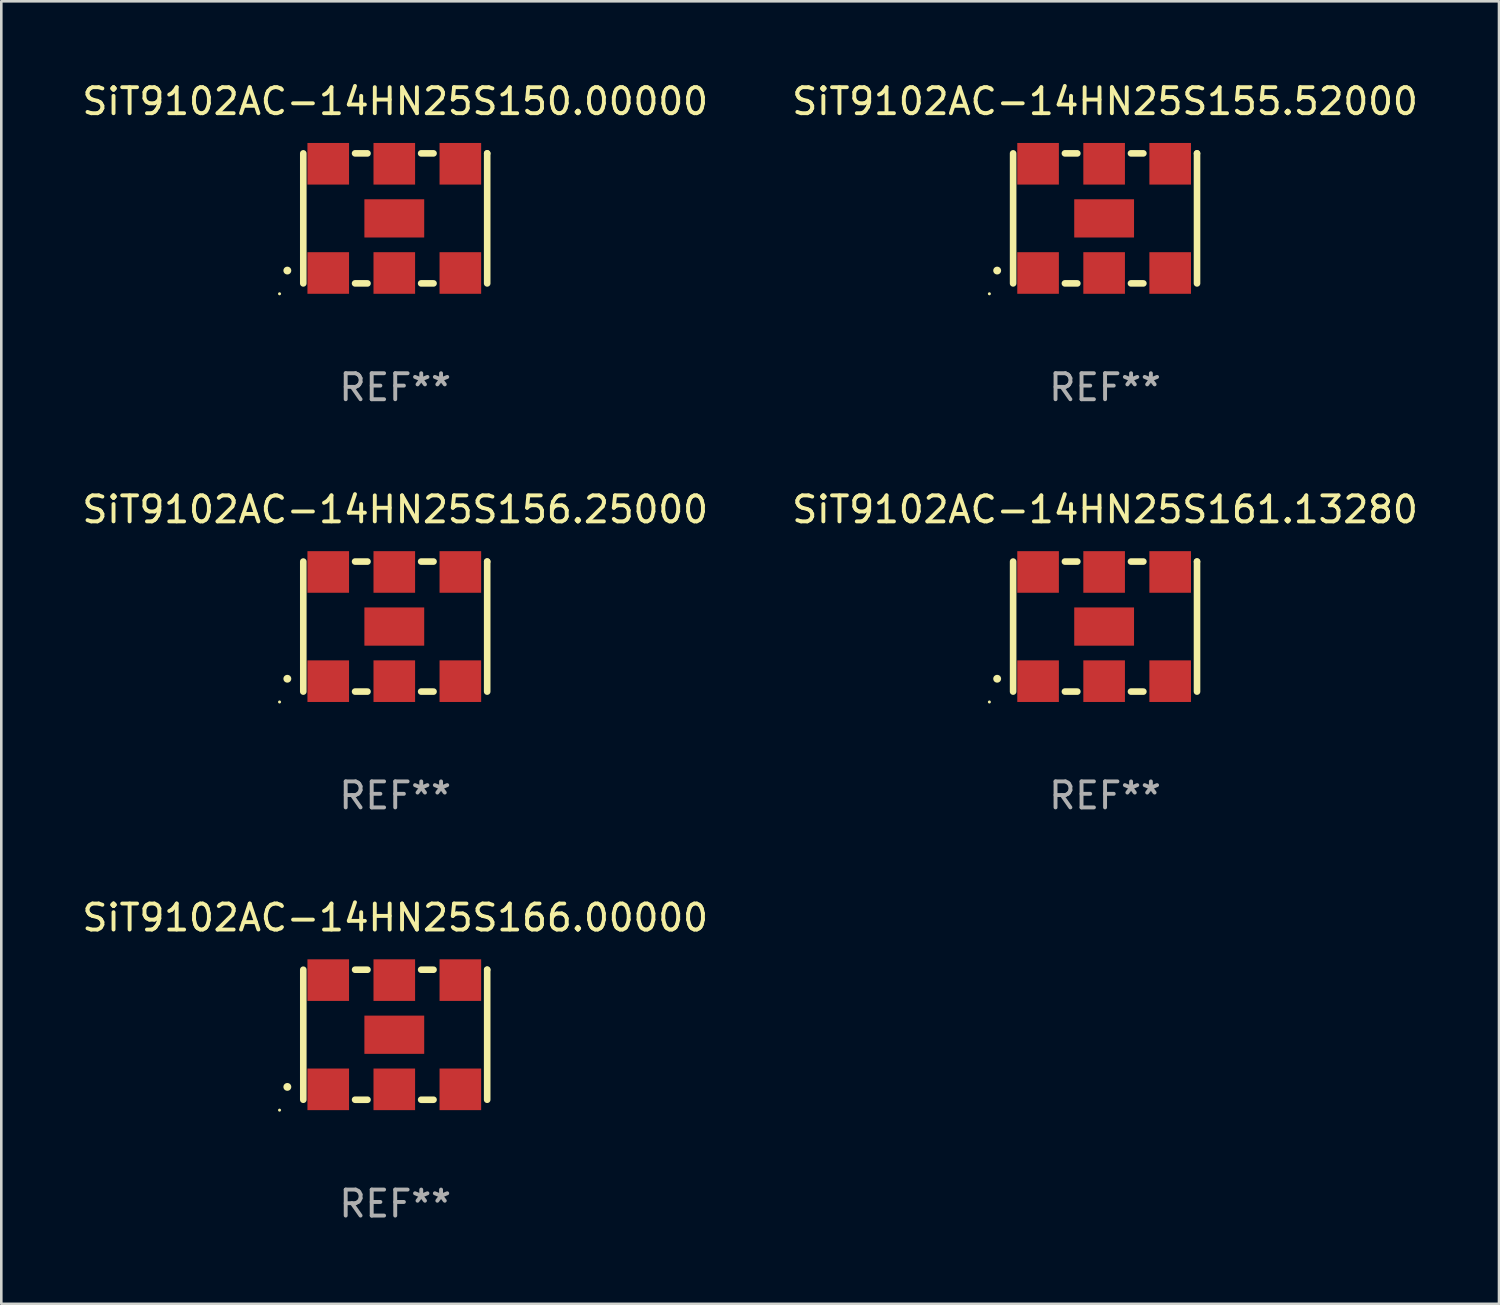
<source format=kicad_pcb>
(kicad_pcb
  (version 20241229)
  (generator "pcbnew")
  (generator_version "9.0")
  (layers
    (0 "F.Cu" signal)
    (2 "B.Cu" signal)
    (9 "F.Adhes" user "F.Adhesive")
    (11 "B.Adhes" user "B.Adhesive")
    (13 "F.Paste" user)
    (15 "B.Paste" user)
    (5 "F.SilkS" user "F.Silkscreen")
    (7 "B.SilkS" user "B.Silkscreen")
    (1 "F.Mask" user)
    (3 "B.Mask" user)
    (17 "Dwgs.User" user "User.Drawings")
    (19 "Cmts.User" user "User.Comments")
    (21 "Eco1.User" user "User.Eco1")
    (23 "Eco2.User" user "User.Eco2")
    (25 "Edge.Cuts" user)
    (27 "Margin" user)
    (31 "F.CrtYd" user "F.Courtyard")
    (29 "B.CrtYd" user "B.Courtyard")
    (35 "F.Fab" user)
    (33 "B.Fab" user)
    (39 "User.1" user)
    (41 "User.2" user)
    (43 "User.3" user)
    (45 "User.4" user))
  (footprint "SiT9102AC-14HN25S166.00000"
    (layer "F.Cu")
    (at 12.149 36.741)
    (property "Reference" "SiT9102AC-14HN25S166.00000" (at 0 -4.5 0) (layer "F.SilkS") (effects (font (size 1 1) (thickness 0.15))))
    (attr through_hole)
    (fp_line (start -3.536 -2.5) (end -3.536 2.5) (stroke (width 0.254) (type solid)) (layer "F.SilkS"))
    (fp_line (start -1.544 2.5) (end -1.067 2.5) (stroke (width 0.254) (type solid)) (layer "F.SilkS"))
    (fp_line (start -1.067 -2.5) (end -1.544 -2.5) (stroke (width 0.254) (type solid)) (layer "F.SilkS"))
    (fp_line (start 0.996 2.5) (end 1.473 2.5) (stroke (width 0.254) (type solid)) (layer "F.SilkS"))
    (fp_line (start 1.473 -2.5) (end 0.996 -2.5) (stroke (width 0.254) (type solid)) (layer "F.SilkS"))
    (fp_line (start 3.536 -2.5) (end 3.536 -2.5) (stroke (width 0.254) (type solid)) (layer "F.SilkS"))
    (fp_line (start 3.536 2.5) (end 3.536 -2.5) (stroke (width 0.254) (type solid)) (layer "F.SilkS"))
    (fp_arc (start -4.150432 2.006604) (mid -4.149162 2.006599) (end -4.147892 2.006604) (stroke (width 0.3) (type solid)) (layer "F.SilkS"))
    (fp_circle (center -4.449 2.9) (end -4.419 2.9) (stroke (width 0.06) (type solid)) (fill no) (layer "F.SilkS"))
    (fp_text user "REF**" (at 0 6.5 0) (layer "F.Fab") (effects (font (size 1 1) (thickness 0.15))))
    (pad "1" smd rect (at -2.576 2.1) (size 1.6 1.6) (layers "F.Cu" "F.Mask" "F.Paste"))
    (pad "2" smd rect (at -0.036 2.1) (size 1.6 1.6) (layers "F.Cu" "F.Mask" "F.Paste"))
    (pad "3" smd rect (at 2.504 2.1) (size 1.6 1.6) (layers "F.Cu" "F.Mask" "F.Paste"))
    (pad "4" smd rect (at 2.504 -2.1) (size 1.6 1.6) (layers "F.Cu" "F.Mask" "F.Paste"))
    (pad "5" smd rect (at -0.036 -2.1) (size 1.6 1.6) (layers "F.Cu" "F.Mask" "F.Paste"))
    (pad "6" smd rect (at -2.576 -2.1) (size 1.6 1.6) (layers "F.Cu" "F.Mask" "F.Paste"))
    (pad "7" smd rect (at -0.036 0) (size 2.3 1.47) (layers "F.Cu" "F.Mask" "F.Paste")))
  (footprint "SiT9102AC-14HN25S161.13280"
    (layer "F.Cu")
    (at 39.446 21.045)
    (property "Reference" "SiT9102AC-14HN25S161.13280" (at 0 -4.5 0) (layer "F.SilkS") (effects (font (size 1 1) (thickness 0.15))))
    (attr through_hole)
    (fp_line (start -3.536 -2.5) (end -3.536 2.5) (stroke (width 0.254) (type solid)) (layer "F.SilkS"))
    (fp_line (start -1.544 2.5) (end -1.067 2.5) (stroke (width 0.254) (type solid)) (layer "F.SilkS"))
    (fp_line (start -1.067 -2.5) (end -1.544 -2.5) (stroke (width 0.254) (type solid)) (layer "F.SilkS"))
    (fp_line (start 0.996 2.5) (end 1.473 2.5) (stroke (width 0.254) (type solid)) (layer "F.SilkS"))
    (fp_line (start 1.473 -2.5) (end 0.996 -2.5) (stroke (width 0.254) (type solid)) (layer "F.SilkS"))
    (fp_line (start 3.536 -2.5) (end 3.536 -2.5) (stroke (width 0.254) (type solid)) (layer "F.SilkS"))
    (fp_line (start 3.536 2.5) (end 3.536 -2.5) (stroke (width 0.254) (type solid)) (layer "F.SilkS"))
    (fp_arc (start -4.150432 2.006604) (mid -4.149162 2.006599) (end -4.147892 2.006604) (stroke (width 0.3) (type solid)) (layer "F.SilkS"))
    (fp_circle (center -4.449 2.9) (end -4.419 2.9) (stroke (width 0.06) (type solid)) (fill no) (layer "F.SilkS"))
    (fp_text user "REF**" (at 0 6.5 0) (layer "F.Fab") (effects (font (size 1 1) (thickness 0.15))))
    (pad "1" smd rect (at -2.576 2.1) (size 1.6 1.6) (layers "F.Cu" "F.Mask" "F.Paste"))
    (pad "2" smd rect (at -0.036 2.1) (size 1.6 1.6) (layers "F.Cu" "F.Mask" "F.Paste"))
    (pad "3" smd rect (at 2.504 2.1) (size 1.6 1.6) (layers "F.Cu" "F.Mask" "F.Paste"))
    (pad "4" smd rect (at 2.504 -2.1) (size 1.6 1.6) (layers "F.Cu" "F.Mask" "F.Paste"))
    (pad "5" smd rect (at -0.036 -2.1) (size 1.6 1.6) (layers "F.Cu" "F.Mask" "F.Paste"))
    (pad "6" smd rect (at -2.576 -2.1) (size 1.6 1.6) (layers "F.Cu" "F.Mask" "F.Paste"))
    (pad "7" smd rect (at -0.036 0) (size 2.3 1.47) (layers "F.Cu" "F.Mask" "F.Paste")))
  (footprint "SiT9102AC-14HN25S155.52000"
    (layer "F.Cu")
    (at 39.446 5.348)
    (property "Reference" "SiT9102AC-14HN25S155.52000" (at 0 -4.5 0) (layer "F.SilkS") (effects (font (size 1 1) (thickness 0.15))))
    (attr through_hole)
    (fp_line (start -3.536 -2.5) (end -3.536 2.5) (stroke (width 0.254) (type solid)) (layer "F.SilkS"))
    (fp_line (start -1.544 2.5) (end -1.067 2.5) (stroke (width 0.254) (type solid)) (layer "F.SilkS"))
    (fp_line (start -1.067 -2.5) (end -1.544 -2.5) (stroke (width 0.254) (type solid)) (layer "F.SilkS"))
    (fp_line (start 0.996 2.5) (end 1.473 2.5) (stroke (width 0.254) (type solid)) (layer "F.SilkS"))
    (fp_line (start 1.473 -2.5) (end 0.996 -2.5) (stroke (width 0.254) (type solid)) (layer "F.SilkS"))
    (fp_line (start 3.536 -2.5) (end 3.536 -2.5) (stroke (width 0.254) (type solid)) (layer "F.SilkS"))
    (fp_line (start 3.536 2.5) (end 3.536 -2.5) (stroke (width 0.254) (type solid)) (layer "F.SilkS"))
    (fp_arc (start -4.150432 2.006604) (mid -4.149162 2.006599) (end -4.147892 2.006604) (stroke (width 0.3) (type solid)) (layer "F.SilkS"))
    (fp_circle (center -4.449 2.9) (end -4.419 2.9) (stroke (width 0.06) (type solid)) (fill no) (layer "F.SilkS"))
    (fp_text user "REF**" (at 0 6.5 0) (layer "F.Fab") (effects (font (size 1 1) (thickness 0.15))))
    (pad "1" smd rect (at -2.576 2.1) (size 1.6 1.6) (layers "F.Cu" "F.Mask" "F.Paste"))
    (pad "2" smd rect (at -0.036 2.1) (size 1.6 1.6) (layers "F.Cu" "F.Mask" "F.Paste"))
    (pad "3" smd rect (at 2.504 2.1) (size 1.6 1.6) (layers "F.Cu" "F.Mask" "F.Paste"))
    (pad "4" smd rect (at 2.504 -2.1) (size 1.6 1.6) (layers "F.Cu" "F.Mask" "F.Paste"))
    (pad "5" smd rect (at -0.036 -2.1) (size 1.6 1.6) (layers "F.Cu" "F.Mask" "F.Paste"))
    (pad "6" smd rect (at -2.576 -2.1) (size 1.6 1.6) (layers "F.Cu" "F.Mask" "F.Paste"))
    (pad "7" smd rect (at -0.036 0) (size 2.3 1.47) (layers "F.Cu" "F.Mask" "F.Paste")))
  (footprint "SiT9102AC-14HN25S156.25000"
    (layer "F.Cu")
    (at 12.149 21.045)
    (property "Reference" "SiT9102AC-14HN25S156.25000" (at 0 -4.5 0) (layer "F.SilkS") (effects (font (size 1 1) (thickness 0.15))))
    (attr through_hole)
    (fp_line (start -3.536 -2.5) (end -3.536 2.5) (stroke (width 0.254) (type solid)) (layer "F.SilkS"))
    (fp_line (start -1.544 2.5) (end -1.067 2.5) (stroke (width 0.254) (type solid)) (layer "F.SilkS"))
    (fp_line (start -1.067 -2.5) (end -1.544 -2.5) (stroke (width 0.254) (type solid)) (layer "F.SilkS"))
    (fp_line (start 0.996 2.5) (end 1.473 2.5) (stroke (width 0.254) (type solid)) (layer "F.SilkS"))
    (fp_line (start 1.473 -2.5) (end 0.996 -2.5) (stroke (width 0.254) (type solid)) (layer "F.SilkS"))
    (fp_line (start 3.536 -2.5) (end 3.536 -2.5) (stroke (width 0.254) (type solid)) (layer "F.SilkS"))
    (fp_line (start 3.536 2.5) (end 3.536 -2.5) (stroke (width 0.254) (type solid)) (layer "F.SilkS"))
    (fp_arc (start -4.150432 2.006604) (mid -4.149162 2.006599) (end -4.147892 2.006604) (stroke (width 0.3) (type solid)) (layer "F.SilkS"))
    (fp_circle (center -4.449 2.9) (end -4.419 2.9) (stroke (width 0.06) (type solid)) (fill no) (layer "F.SilkS"))
    (fp_text user "REF**" (at 0 6.5 0) (layer "F.Fab") (effects (font (size 1 1) (thickness 0.15))))
    (pad "1" smd rect (at -2.576 2.1) (size 1.6 1.6) (layers "F.Cu" "F.Mask" "F.Paste"))
    (pad "2" smd rect (at -0.036 2.1) (size 1.6 1.6) (layers "F.Cu" "F.Mask" "F.Paste"))
    (pad "3" smd rect (at 2.504 2.1) (size 1.6 1.6) (layers "F.Cu" "F.Mask" "F.Paste"))
    (pad "4" smd rect (at 2.504 -2.1) (size 1.6 1.6) (layers "F.Cu" "F.Mask" "F.Paste"))
    (pad "5" smd rect (at -0.036 -2.1) (size 1.6 1.6) (layers "F.Cu" "F.Mask" "F.Paste"))
    (pad "6" smd rect (at -2.576 -2.1) (size 1.6 1.6) (layers "F.Cu" "F.Mask" "F.Paste"))
    (pad "7" smd rect (at -0.036 0) (size 2.3 1.47) (layers "F.Cu" "F.Mask" "F.Paste")))
  (footprint "SiT9102AC-14HN25S150.00000"
    (layer "F.Cu")
    (at 12.149 5.348)
    (property "Reference" "SiT9102AC-14HN25S150.00000" (at 0 -4.5 0) (layer "F.SilkS") (effects (font (size 1 1) (thickness 0.15))))
    (attr through_hole)
    (fp_line (start -3.536 -2.5) (end -3.536 2.5) (stroke (width 0.254) (type solid)) (layer "F.SilkS"))
    (fp_line (start -1.544 2.5) (end -1.067 2.5) (stroke (width 0.254) (type solid)) (layer "F.SilkS"))
    (fp_line (start -1.067 -2.5) (end -1.544 -2.5) (stroke (width 0.254) (type solid)) (layer "F.SilkS"))
    (fp_line (start 0.996 2.5) (end 1.473 2.5) (stroke (width 0.254) (type solid)) (layer "F.SilkS"))
    (fp_line (start 1.473 -2.5) (end 0.996 -2.5) (stroke (width 0.254) (type solid)) (layer "F.SilkS"))
    (fp_line (start 3.536 -2.5) (end 3.536 -2.5) (stroke (width 0.254) (type solid)) (layer "F.SilkS"))
    (fp_line (start 3.536 2.5) (end 3.536 -2.5) (stroke (width 0.254) (type solid)) (layer "F.SilkS"))
    (fp_arc (start -4.150432 2.006604) (mid -4.149162 2.006599) (end -4.147892 2.006604) (stroke (width 0.3) (type solid)) (layer "F.SilkS"))
    (fp_circle (center -4.449 2.9) (end -4.419 2.9) (stroke (width 0.06) (type solid)) (fill no) (layer "F.SilkS"))
    (fp_text user "REF**" (at 0 6.5 0) (layer "F.Fab") (effects (font (size 1 1) (thickness 0.15))))
    (pad "1" smd rect (at -2.576 2.1) (size 1.6 1.6) (layers "F.Cu" "F.Mask" "F.Paste"))
    (pad "2" smd rect (at -0.036 2.1) (size 1.6 1.6) (layers "F.Cu" "F.Mask" "F.Paste"))
    (pad "3" smd rect (at 2.504 2.1) (size 1.6 1.6) (layers "F.Cu" "F.Mask" "F.Paste"))
    (pad "4" smd rect (at 2.504 -2.1) (size 1.6 1.6) (layers "F.Cu" "F.Mask" "F.Paste"))
    (pad "5" smd rect (at -0.036 -2.1) (size 1.6 1.6) (layers "F.Cu" "F.Mask" "F.Paste"))
    (pad "6" smd rect (at -2.576 -2.1) (size 1.6 1.6) (layers "F.Cu" "F.Mask" "F.Paste"))
    (pad "7" smd rect (at -0.036 0) (size 2.3 1.47) (layers "F.Cu" "F.Mask" "F.Paste")))
  (gr_rect
    (start -3 -3)
    (end 54.595 47.09)
    (stroke (width 0.1) (type default))
    (fill no)
    (layer "Edge.Cuts")))
</source>
